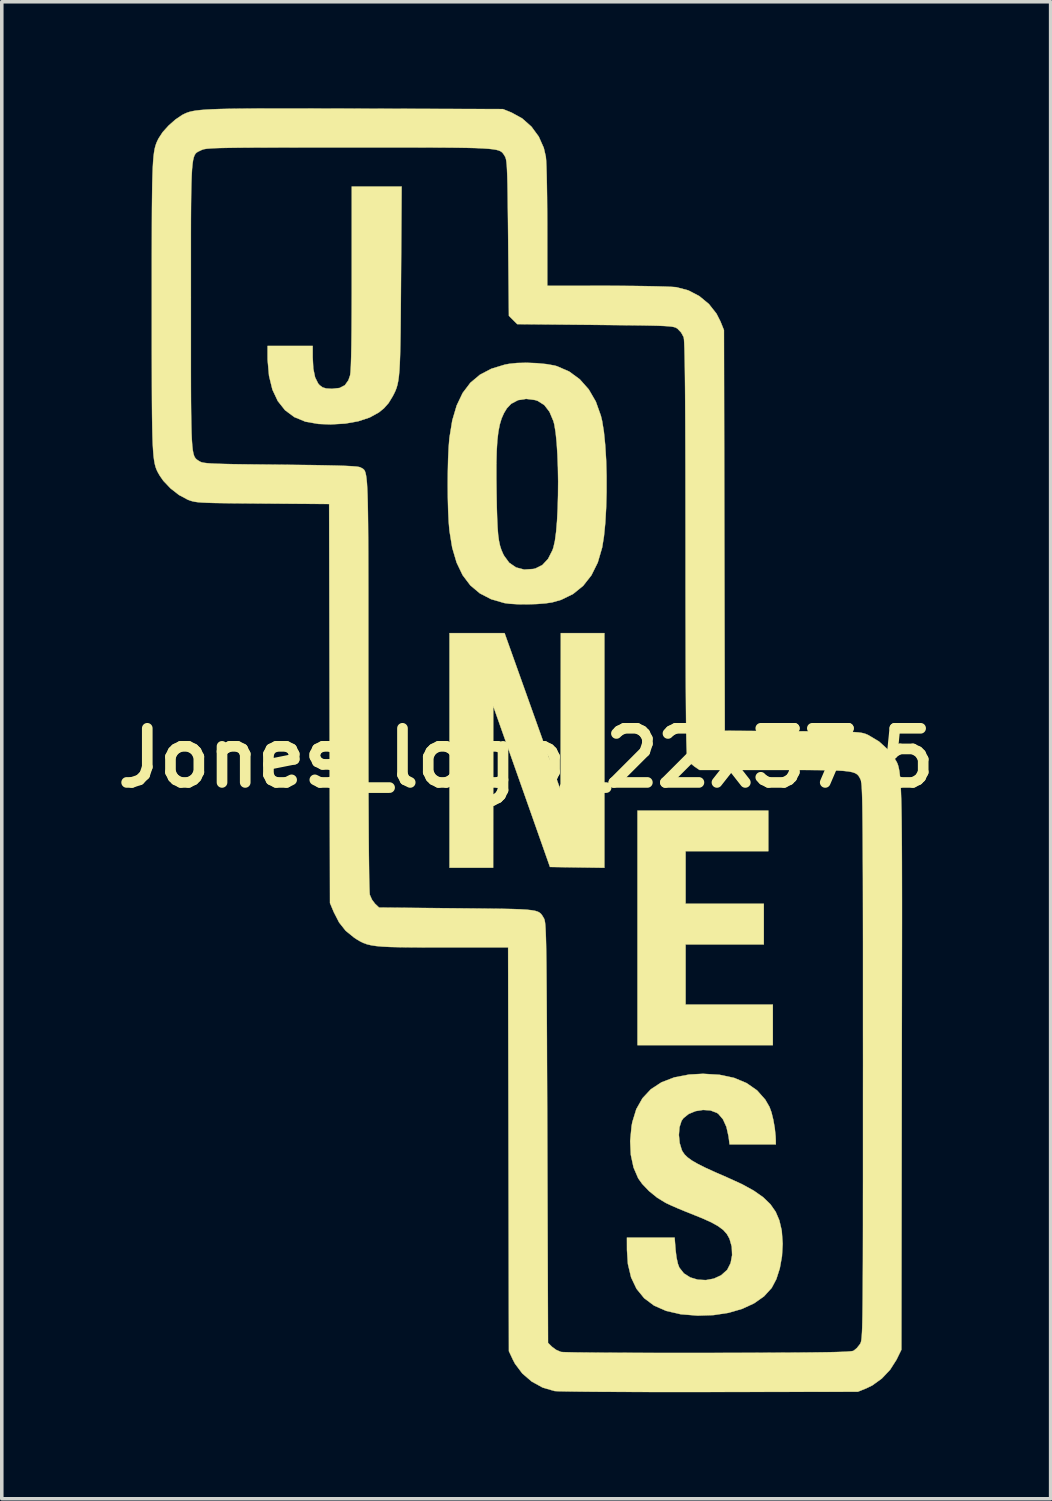
<source format=kicad_pcb>
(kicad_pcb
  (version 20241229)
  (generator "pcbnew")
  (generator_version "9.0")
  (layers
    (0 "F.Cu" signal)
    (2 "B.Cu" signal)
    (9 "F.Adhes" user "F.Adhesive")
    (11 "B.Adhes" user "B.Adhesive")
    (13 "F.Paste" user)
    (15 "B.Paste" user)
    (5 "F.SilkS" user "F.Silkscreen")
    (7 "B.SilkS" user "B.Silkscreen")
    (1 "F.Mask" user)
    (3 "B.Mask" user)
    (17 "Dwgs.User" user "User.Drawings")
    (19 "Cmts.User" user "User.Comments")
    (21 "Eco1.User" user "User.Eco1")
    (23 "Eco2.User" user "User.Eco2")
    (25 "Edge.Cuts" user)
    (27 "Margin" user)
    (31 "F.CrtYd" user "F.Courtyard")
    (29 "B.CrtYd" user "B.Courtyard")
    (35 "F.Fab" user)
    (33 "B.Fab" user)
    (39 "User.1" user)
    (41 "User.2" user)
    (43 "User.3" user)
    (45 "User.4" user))
  (footprint "Jones_logo_22x37.5"
    (layer "F.Cu")
    (at 11.764 18.288)
    (property "Reference" "Jones_logo_22x37.5" (at 0 0 0) (layer "F.SilkS") (effects (font (size 1.524 1.524) (thickness 0.3))))
    (attr through_hole)
    (fp_poly (pts (xy 6.816 2.625) (xy 4.487 2.625) (xy 4.487 4.106) (xy 6.689 4.106) (xy 6.689 5.249) (xy 4.487 5.249) (xy 4.487 6.943) (xy 6.943 6.943) (xy 6.943 8.086) (xy 3.133 8.086) (xy 3.133 1.482) (xy 6.816 1.482) (xy 6.816 2.625)) (stroke (width 0.01) (type solid)) (fill yes) (layer "F.SilkS"))
    (fp_poly (pts (xy 0.18 -1.302) (xy 0.969 0.91) (xy 0.972 -1.302) (xy 0.974 -3.514) (xy 2.201 -3.514) (xy 2.201 3.092) (xy 1.435 3.081) (xy 0.669 3.069) (xy -0.129 0.804) (xy -0.928 -1.46) (xy -0.931 3.09) (xy -2.159 3.09) (xy -2.159 -3.514) (xy -0.609 -3.514) (xy 0.18 -1.302)) (stroke (width 0.01) (type solid)) (fill yes) (layer "F.SilkS"))
    (fp_poly (pts (xy -3.525 -13.451) (xy -3.529 -12.888) (xy -3.533 -12.403) (xy -3.537 -11.988) (xy -3.543 -11.638) (xy -3.55 -11.346) (xy -3.559 -11.104) (xy -3.57 -10.906) (xy -3.585 -10.745) (xy -3.603 -10.614) (xy -3.625 -10.507) (xy -3.651 -10.416) (xy -3.682 -10.335) (xy -3.719 -10.258) (xy -3.759 -10.181) (xy -3.876 -9.989) (xy -4.006 -9.843) (xy -4.149 -9.727) (xy -4.407 -9.585) (xy -4.728 -9.479) (xy -5.099 -9.413) (xy -5.506 -9.39) (xy -5.845 -9.403) (xy -6.215 -9.467) (xy -6.53 -9.597) (xy -6.789 -9.79) (xy -6.994 -10.048) (xy -7.145 -10.37) (xy -7.24 -10.757) (xy -7.28 -11.207) (xy -7.281 -11.314) (xy -7.281 -11.599) (xy -6.011 -11.599) (xy -6.011 -11.279) (xy -5.994 -10.959) (xy -5.943 -10.714) (xy -5.857 -10.541) (xy -5.813 -10.492) (xy -5.732 -10.432) (xy -5.631 -10.402) (xy -5.48 -10.393) (xy -5.461 -10.393) (xy -5.253 -10.416) (xy -5.105 -10.493) (xy -5.006 -10.632) (xy -4.957 -10.775) (xy -4.946 -10.864) (xy -4.936 -11.034) (xy -4.928 -11.286) (xy -4.921 -11.621) (xy -4.916 -12.037) (xy -4.913 -12.537) (xy -4.911 -13.121) (xy -4.911 -13.523) (xy -4.911 -16.087) (xy -3.507 -16.087) (xy -3.525 -13.451)) (stroke (width 0.01) (type solid)) (fill yes) (layer "F.SilkS"))
    (fp_poly (pts (xy 0.297 -11.114) (xy 0.567 -11.088) (xy 0.794 -11.048) (xy 0.864 -11.029) (xy 1.209 -10.879) (xy 1.509 -10.659) (xy 1.761 -10.375) (xy 1.96 -10.032) (xy 2.102 -9.634) (xy 2.137 -9.489) (xy 2.187 -9.181) (xy 2.224 -8.809) (xy 2.25 -8.389) (xy 2.262 -7.942) (xy 2.262 -7.485) (xy 2.25 -7.037) (xy 2.226 -6.616) (xy 2.189 -6.241) (xy 2.139 -5.931) (xy 2.137 -5.921) (xy 2.014 -5.501) (xy 1.836 -5.143) (xy 1.604 -4.847) (xy 1.319 -4.616) (xy 0.984 -4.452) (xy 0.732 -4.38) (xy 0.54 -4.352) (xy 0.296 -4.333) (xy 0.029 -4.325) (xy -0.234 -4.327) (xy -0.465 -4.341) (xy -0.614 -4.361) (xy -0.987 -4.469) (xy -1.306 -4.634) (xy -1.573 -4.859) (xy -1.79 -5.146) (xy -1.959 -5.499) (xy -2.083 -5.919) (xy -2.161 -6.399) (xy -2.182 -6.648) (xy -2.197 -6.96) (xy -2.206 -7.315) (xy -2.209 -7.691) (xy -2.208 -7.866) (xy -0.84 -7.866) (xy -0.835 -7.46) (xy -0.828 -7.066) (xy -0.818 -6.745) (xy -0.806 -6.486) (xy -0.79 -6.28) (xy -0.767 -6.114) (xy -0.738 -5.979) (xy -0.701 -5.862) (xy -0.654 -5.753) (xy -0.624 -5.694) (xy -0.478 -5.494) (xy -0.285 -5.363) (xy -0.057 -5.303) (xy 0.199 -5.32) (xy 0.264 -5.336) (xy 0.455 -5.432) (xy 0.615 -5.604) (xy 0.739 -5.847) (xy 0.766 -5.927) (xy 0.808 -6.11) (xy 0.842 -6.364) (xy 0.868 -6.672) (xy 0.886 -7.022) (xy 0.896 -7.397) (xy 0.899 -7.784) (xy 0.893 -8.168) (xy 0.879 -8.535) (xy 0.858 -8.87) (xy 0.829 -9.158) (xy 0.792 -9.385) (xy 0.766 -9.483) (xy 0.655 -9.746) (xy 0.51 -9.934) (xy 0.326 -10.051) (xy 0.25 -10.076) (xy -0.001 -10.109) (xy -0.23 -10.073) (xy -0.423 -9.971) (xy -0.545 -9.842) (xy -0.626 -9.708) (xy -0.692 -9.56) (xy -0.744 -9.388) (xy -0.784 -9.184) (xy -0.813 -8.939) (xy -0.831 -8.643) (xy -0.84 -8.289) (xy -0.84 -7.866) (xy -2.208 -7.866) (xy -2.206 -8.069) (xy -2.198 -8.426) (xy -2.183 -8.742) (xy -2.163 -8.997) (xy -2.161 -9.013) (xy -2.081 -9.504) (xy -1.957 -9.923) (xy -1.789 -10.275) (xy -1.572 -10.562) (xy -1.303 -10.788) (xy -0.981 -10.957) (xy -0.603 -11.072) (xy -0.481 -11.095) (xy -0.256 -11.119) (xy 0.013 -11.125) (xy 0.297 -11.114)) (stroke (width 0.01) (type solid)) (fill yes) (layer "F.SilkS"))
    (fp_poly (pts (xy 5.444 8.92) (xy 5.853 9.007) (xy 6.205 9.154) (xy 6.498 9.358) (xy 6.73 9.619) (xy 6.849 9.825) (xy 6.905 9.978) (xy 6.956 10.187) (xy 6.997 10.42) (xy 7.021 10.65) (xy 7.026 10.763) (xy 7.027 10.88) (xy 5.726 10.88) (xy 5.697 10.657) (xy 5.637 10.388) (xy 5.539 10.172) (xy 5.41 10.021) (xy 5.369 9.992) (xy 5.187 9.923) (xy 4.979 9.909) (xy 4.767 9.943) (xy 4.575 10.022) (xy 4.427 10.14) (xy 4.373 10.217) (xy 4.315 10.396) (xy 4.298 10.615) (xy 4.32 10.84) (xy 4.38 11.038) (xy 4.401 11.08) (xy 4.46 11.165) (xy 4.545 11.247) (xy 4.665 11.334) (xy 4.828 11.428) (xy 5.045 11.537) (xy 5.323 11.664) (xy 5.665 11.813) (xy 6.075 12) (xy 6.408 12.183) (xy 6.672 12.369) (xy 6.875 12.565) (xy 7.024 12.779) (xy 7.126 13.018) (xy 7.19 13.29) (xy 7.196 13.333) (xy 7.22 13.677) (xy 7.2 14.03) (xy 7.139 14.369) (xy 7.042 14.672) (xy 6.912 14.918) (xy 6.909 14.922) (xy 6.695 15.157) (xy 6.415 15.354) (xy 6.078 15.51) (xy 5.694 15.621) (xy 5.274 15.685) (xy 4.827 15.7) (xy 4.364 15.662) (xy 4.341 15.659) (xy 3.939 15.566) (xy 3.599 15.417) (xy 3.321 15.209) (xy 3.106 14.945) (xy 2.953 14.623) (xy 2.863 14.246) (xy 2.837 13.854) (xy 2.836 13.504) (xy 4.178 13.504) (xy 4.205 13.849) (xy 4.231 14.063) (xy 4.271 14.244) (xy 4.31 14.347) (xy 4.439 14.511) (xy 4.619 14.625) (xy 4.831 14.688) (xy 5.059 14.7) (xy 5.284 14.658) (xy 5.488 14.564) (xy 5.654 14.415) (xy 5.663 14.403) (xy 5.755 14.221) (xy 5.797 13.997) (xy 5.787 13.759) (xy 5.724 13.536) (xy 5.723 13.534) (xy 5.651 13.405) (xy 5.549 13.29) (xy 5.406 13.183) (xy 5.212 13.074) (xy 4.954 12.958) (xy 4.733 12.869) (xy 4.505 12.778) (xy 4.28 12.685) (xy 4.083 12.599) (xy 3.938 12.531) (xy 3.928 12.526) (xy 3.688 12.38) (xy 3.459 12.194) (xy 3.265 11.991) (xy 3.153 11.834) (xy 3.022 11.53) (xy 2.946 11.176) (xy 2.927 10.784) (xy 2.966 10.371) (xy 2.987 10.253) (xy 3.099 9.888) (xy 3.274 9.579) (xy 3.511 9.326) (xy 3.81 9.131) (xy 4.169 8.993) (xy 4.588 8.913) (xy 4.978 8.892) (xy 5.444 8.92)) (stroke (width 0.01) (type solid)) (fill yes) (layer "F.SilkS"))
    (fp_poly (pts (xy -6.224 -18.283) (xy -5.594 -18.281) (xy -4.886 -18.28) (xy -4.805 -18.279) (xy -0.656 -18.267) (xy -0.413 -18.169) (xy -0.112 -18.003) (xy 0.147 -17.773) (xy 0.353 -17.492) (xy 0.495 -17.174) (xy 0.552 -16.928) (xy 0.561 -16.825) (xy 0.569 -16.649) (xy 0.576 -16.411) (xy 0.582 -16.121) (xy 0.587 -15.79) (xy 0.59 -15.429) (xy 0.592 -15.05) (xy 0.592 -14.975) (xy 0.593 -13.293) (xy 2.275 -13.292) (xy 2.657 -13.291) (xy 3.022 -13.288) (xy 3.359 -13.283) (xy 3.658 -13.277) (xy 3.908 -13.27) (xy 4.097 -13.262) (xy 4.214 -13.254) (xy 4.228 -13.252) (xy 4.564 -13.163) (xy 4.873 -13.002) (xy 5.142 -12.78) (xy 5.356 -12.509) (xy 5.469 -12.287) (xy 5.567 -12.044) (xy 5.578 -6.405) (xy 5.59 -0.765) (xy 7.504 -0.753) (xy 7.957 -0.75) (xy 8.333 -0.747) (xy 8.64 -0.744) (xy 8.887 -0.74) (xy 9.082 -0.735) (xy 9.232 -0.728) (xy 9.347 -0.719) (xy 9.433 -0.708) (xy 9.499 -0.694) (xy 9.553 -0.677) (xy 9.603 -0.656) (xy 9.627 -0.645) (xy 9.93 -0.465) (xy 10.186 -0.233) (xy 10.322 -0.053) (xy 10.354 -0.006) (xy 10.382 0.035) (xy 10.408 0.075) (xy 10.432 0.117) (xy 10.454 0.165) (xy 10.473 0.222) (xy 10.49 0.292) (xy 10.506 0.378) (xy 10.519 0.485) (xy 10.531 0.615) (xy 10.542 0.773) (xy 10.55 0.962) (xy 10.558 1.186) (xy 10.564 1.447) (xy 10.569 1.751) (xy 10.572 2.101) (xy 10.575 2.5) (xy 10.577 2.951) (xy 10.578 3.459) (xy 10.579 4.027) (xy 10.579 4.659) (xy 10.578 5.358) (xy 10.577 6.129) (xy 10.576 6.974) (xy 10.574 7.897) (xy 10.573 8.661) (xy 10.562 16.66) (xy 10.424 16.942) (xy 10.245 17.223) (xy 10.011 17.471) (xy 9.742 17.665) (xy 9.578 17.745) (xy 9.335 17.843) (xy 5.165 17.85) (xy 4.573 17.85) (xy 4.003 17.85) (xy 3.46 17.85) (xy 2.949 17.848) (xy 2.479 17.846) (xy 2.053 17.844) (xy 1.679 17.841) (xy 1.362 17.837) (xy 1.109 17.833) (xy 0.926 17.829) (xy 0.818 17.824) (xy 0.795 17.822) (xy 0.461 17.724) (xy 0.154 17.555) (xy -0.11 17.328) (xy -0.316 17.053) (xy -0.374 16.942) (xy -0.487 16.701) (xy -0.509 5.334) (xy -2.342 5.334) (xy -2.818 5.334) (xy -3.217 5.332) (xy -3.549 5.328) (xy -3.821 5.322) (xy -4.042 5.311) (xy -4.221 5.295) (xy -4.365 5.273) (xy -4.483 5.245) (xy -4.584 5.208) (xy -4.676 5.163) (xy -4.767 5.109) (xy -4.847 5.056) (xy -5.083 4.864) (xy -5.268 4.63) (xy -5.416 4.342) (xy -5.524 4.085) (xy -5.536 -1.532) (xy -5.548 -7.149) (xy -7.42 -7.163) (xy -7.867 -7.167) (xy -8.239 -7.17) (xy -8.542 -7.174) (xy -8.785 -7.178) (xy -8.977 -7.184) (xy -9.126 -7.191) (xy -9.24 -7.2) (xy -9.328 -7.212) (xy -9.398 -7.227) (xy -9.458 -7.245) (xy -9.517 -7.267) (xy -9.534 -7.274) (xy -9.776 -7.404) (xy -10.013 -7.589) (xy -10.216 -7.803) (xy -10.316 -7.947) (xy -10.352 -8.009) (xy -10.384 -8.068) (xy -10.412 -8.129) (xy -10.436 -8.198) (xy -10.457 -8.28) (xy -10.475 -8.38) (xy -10.491 -8.503) (xy -10.503 -8.655) (xy -10.514 -8.84) (xy -10.522 -9.064) (xy -10.528 -9.332) (xy -10.533 -9.65) (xy -10.536 -10.022) (xy -10.538 -10.455) (xy -10.539 -10.952) (xy -10.54 -11.519) (xy -10.54 -12.162) (xy -10.54 -12.708) (xy -10.54 -13.411) (xy -10.54 -13.639) (xy -9.44 -13.639) (xy -9.44 -12.974) (xy -9.44 -12.73) (xy -9.44 -12.04) (xy -9.44 -11.429) (xy -9.44 -10.892) (xy -9.439 -10.425) (xy -9.437 -10.023) (xy -9.433 -9.679) (xy -9.428 -9.391) (xy -9.422 -9.151) (xy -9.413 -8.956) (xy -9.402 -8.799) (xy -9.389 -8.677) (xy -9.372 -8.584) (xy -9.353 -8.515) (xy -9.33 -8.464) (xy -9.303 -8.428) (xy -9.273 -8.4) (xy -9.238 -8.376) (xy -9.202 -8.354) (xy -9.171 -8.336) (xy -9.13 -8.321) (xy -9.071 -8.309) (xy -8.989 -8.299) (xy -8.874 -8.29) (xy -8.721 -8.283) (xy -8.523 -8.277) (xy -8.271 -8.271) (xy -7.959 -8.266) (xy -7.579 -8.262) (xy -7.125 -8.257) (xy -6.923 -8.255) (xy -6.408 -8.249) (xy -5.971 -8.244) (xy -5.608 -8.237) (xy -5.313 -8.23) (xy -5.08 -8.222) (xy -4.905 -8.213) (xy -4.781 -8.203) (xy -4.702 -8.191) (xy -4.668 -8.18) (xy -4.637 -8.163) (xy -4.609 -8.149) (xy -4.584 -8.131) (xy -4.561 -8.108) (xy -4.541 -8.073) (xy -4.524 -8.023) (xy -4.509 -7.954) (xy -4.496 -7.861) (xy -4.484 -7.741) (xy -4.475 -7.589) (xy -4.467 -7.401) (xy -4.461 -7.173) (xy -4.456 -6.901) (xy -4.452 -6.58) (xy -4.449 -6.206) (xy -4.447 -5.776) (xy -4.446 -5.284) (xy -4.445 -4.727) (xy -4.445 -4.1) (xy -4.445 -3.4) (xy -4.445 -2.622) (xy -4.445 -2.087) (xy -4.444 -1.197) (xy -4.443 -0.374) (xy -4.442 0.382) (xy -4.44 1.069) (xy -4.437 1.684) (xy -4.434 2.226) (xy -4.43 2.693) (xy -4.425 3.085) (xy -4.421 3.398) (xy -4.415 3.632) (xy -4.409 3.785) (xy -4.403 3.854) (xy -4.402 3.855) (xy -4.342 3.99) (xy -4.254 4.107) (xy -4.251 4.109) (xy -4.142 4.212) (xy -1.955 4.233) (xy -1.456 4.238) (xy -1.035 4.243) (xy -0.685 4.247) (xy -0.398 4.253) (xy -0.168 4.261) (xy 0.013 4.272) (xy 0.151 4.287) (xy 0.254 4.305) (xy 0.329 4.329) (xy 0.382 4.359) (xy 0.421 4.395) (xy 0.453 4.439) (xy 0.484 4.491) (xy 0.492 4.505) (xy 0.504 4.526) (xy 0.514 4.553) (xy 0.523 4.59) (xy 0.531 4.641) (xy 0.538 4.711) (xy 0.544 4.804) (xy 0.55 4.925) (xy 0.555 5.076) (xy 0.56 5.264) (xy 0.564 5.491) (xy 0.568 5.762) (xy 0.571 6.081) (xy 0.574 6.453) (xy 0.577 6.881) (xy 0.58 7.37) (xy 0.583 7.925) (xy 0.585 8.549) (xy 0.588 9.246) (xy 0.591 10.021) (xy 0.593 10.551) (xy 0.614 16.466) (xy 0.725 16.577) (xy 0.843 16.664) (xy 0.974 16.721) (xy 0.979 16.722) (xy 1.041 16.727) (xy 1.182 16.731) (xy 1.395 16.736) (xy 1.675 16.739) (xy 2.015 16.743) (xy 2.409 16.745) (xy 2.851 16.747) (xy 3.334 16.749) (xy 3.854 16.75) (xy 4.403 16.75) (xy 4.976 16.75) (xy 5.122 16.75) (xy 5.819 16.748) (xy 6.435 16.747) (xy 6.975 16.744) (xy 7.445 16.742) (xy 7.848 16.739) (xy 8.189 16.735) (xy 8.472 16.731) (xy 8.702 16.726) (xy 8.884 16.72) (xy 9.023 16.714) (xy 9.121 16.706) (xy 9.185 16.698) (xy 9.219 16.688) (xy 9.22 16.687) (xy 9.309 16.613) (xy 9.394 16.506) (xy 9.4 16.497) (xy 9.41 16.479) (xy 9.419 16.457) (xy 9.428 16.427) (xy 9.435 16.387) (xy 9.442 16.331) (xy 9.448 16.257) (xy 9.454 16.161) (xy 9.459 16.039) (xy 9.463 15.887) (xy 9.467 15.702) (xy 9.47 15.48) (xy 9.473 15.218) (xy 9.475 14.911) (xy 9.477 14.557) (xy 9.479 14.151) (xy 9.48 13.69) (xy 9.481 13.17) (xy 9.481 12.588) (xy 9.482 11.939) (xy 9.482 11.221) (xy 9.482 10.429) (xy 9.482 9.56) (xy 9.483 8.61) (xy 9.483 8.558) (xy 9.482 7.596) (xy 9.482 6.716) (xy 9.482 5.914) (xy 9.482 5.185) (xy 9.481 4.526) (xy 9.48 3.934) (xy 9.479 3.406) (xy 9.477 2.936) (xy 9.475 2.523) (xy 9.473 2.162) (xy 9.47 1.85) (xy 9.467 1.582) (xy 9.464 1.356) (xy 9.46 1.169) (xy 9.455 1.015) (xy 9.45 0.892) (xy 9.445 0.796) (xy 9.438 0.724) (xy 9.432 0.672) (xy 9.424 0.636) (xy 9.416 0.613) (xy 9.387 0.554) (xy 9.356 0.503) (xy 9.317 0.462) (xy 9.261 0.428) (xy 9.184 0.401) (xy 9.076 0.38) (xy 8.932 0.364) (xy 8.744 0.353) (xy 8.506 0.346) (xy 8.21 0.342) (xy 7.849 0.339) (xy 7.417 0.339) (xy 6.974 0.339) (xy 4.881 0.339) (xy 4.738 0.242) (xy 4.63 0.153) (xy 4.55 0.057) (xy 4.541 0.041) (xy 4.534 0.009) (xy 4.527 -0.057) (xy 4.52 -0.161) (xy 4.515 -0.307) (xy 4.509 -0.497) (xy 4.505 -0.736) (xy 4.501 -1.026) (xy 4.498 -1.372) (xy 4.495 -1.777) (xy 4.492 -2.245) (xy 4.49 -2.778) (xy 4.489 -3.381) (xy 4.487 -4.057) (xy 4.486 -4.81) (xy 4.486 -5.643) (xy 4.486 -5.884) (xy 4.485 -6.757) (xy 4.484 -7.548) (xy 4.483 -8.261) (xy 4.481 -8.899) (xy 4.479 -9.464) (xy 4.476 -9.961) (xy 4.473 -10.392) (xy 4.469 -10.761) (xy 4.465 -11.07) (xy 4.46 -11.323) (xy 4.455 -11.523) (xy 4.449 -11.673) (xy 4.443 -11.777) (xy 4.435 -11.837) (xy 4.432 -11.849) (xy 4.362 -11.977) (xy 4.263 -12.081) (xy 4.262 -12.082) (xy 4.233 -12.102) (xy 4.2 -12.119) (xy 4.155 -12.132) (xy 4.091 -12.144) (xy 4.001 -12.153) (xy 3.878 -12.161) (xy 3.714 -12.168) (xy 3.503 -12.173) (xy 3.237 -12.178) (xy 2.91 -12.182) (xy 2.513 -12.186) (xy 2.04 -12.191) (xy 1.945 -12.192) (xy -0.252 -12.213) (xy -0.37 -12.33) (xy -0.487 -12.448) (xy -0.508 -14.64) (xy -0.513 -15.129) (xy -0.518 -15.541) (xy -0.522 -15.882) (xy -0.527 -16.16) (xy -0.533 -16.382) (xy -0.54 -16.555) (xy -0.547 -16.686) (xy -0.557 -16.783) (xy -0.568 -16.852) (xy -0.582 -16.9) (xy -0.598 -16.935) (xy -0.607 -16.949) (xy -0.631 -16.988) (xy -0.656 -17.023) (xy -0.684 -17.053) (xy -0.721 -17.079) (xy -0.773 -17.102) (xy -0.844 -17.121) (xy -0.94 -17.137) (xy -1.065 -17.15) (xy -1.225 -17.161) (xy -1.424 -17.17) (xy -1.668 -17.176) (xy -1.962 -17.181) (xy -2.31 -17.184) (xy -2.719 -17.186) (xy -3.192 -17.187) (xy -3.735 -17.187) (xy -4.353 -17.187) (xy -4.983 -17.187) (xy -5.659 -17.187) (xy -6.255 -17.187) (xy -6.776 -17.186) (xy -7.229 -17.185) (xy -7.617 -17.184) (xy -7.947 -17.182) (xy -8.223 -17.179) (xy -8.451 -17.175) (xy -8.636 -17.171) (xy -8.783 -17.166) (xy -8.896 -17.159) (xy -8.982 -17.152) (xy -9.046 -17.143) (xy -9.092 -17.133) (xy -9.126 -17.121) (xy -9.144 -17.113) (xy -9.192 -17.09) (xy -9.235 -17.07) (xy -9.273 -17.047) (xy -9.306 -17.017) (xy -9.334 -16.973) (xy -9.358 -16.912) (xy -9.378 -16.829) (xy -9.394 -16.717) (xy -9.408 -16.573) (xy -9.418 -16.391) (xy -9.426 -16.167) (xy -9.432 -15.894) (xy -9.436 -15.569) (xy -9.439 -15.186) (xy -9.44 -14.74) (xy -9.44 -14.226) (xy -9.44 -13.639) (xy -10.54 -13.639) (xy -10.54 -14.034) (xy -10.539 -14.583) (xy -10.538 -15.063) (xy -10.536 -15.48) (xy -10.532 -15.838) (xy -10.528 -16.142) (xy -10.521 -16.399) (xy -10.513 -16.613) (xy -10.503 -16.79) (xy -10.491 -16.935) (xy -10.476 -17.053) (xy -10.459 -17.149) (xy -10.439 -17.228) (xy -10.416 -17.297) (xy -10.39 -17.359) (xy -10.36 -17.421) (xy -10.349 -17.442) (xy -10.234 -17.618) (xy -10.067 -17.803) (xy -9.876 -17.972) (xy -9.687 -18.1) (xy -9.664 -18.112) (xy -9.605 -18.141) (xy -9.544 -18.167) (xy -9.476 -18.189) (xy -9.395 -18.208) (xy -9.297 -18.225) (xy -9.176 -18.239) (xy -9.027 -18.251) (xy -8.846 -18.261) (xy -8.626 -18.269) (xy -8.364 -18.275) (xy -8.053 -18.279) (xy -7.688 -18.282) (xy -7.265 -18.283) (xy -6.779 -18.283) (xy -6.224 -18.283)) (stroke (width 0.01) (type solid)) (fill yes) (layer "F.SilkS")))
  (gr_rect
    (start -3 -3)
    (end 26.528 39.144)
    (stroke (width 0.1) (type default))
    (fill no)
    (layer "Edge.Cuts")))
</source>
